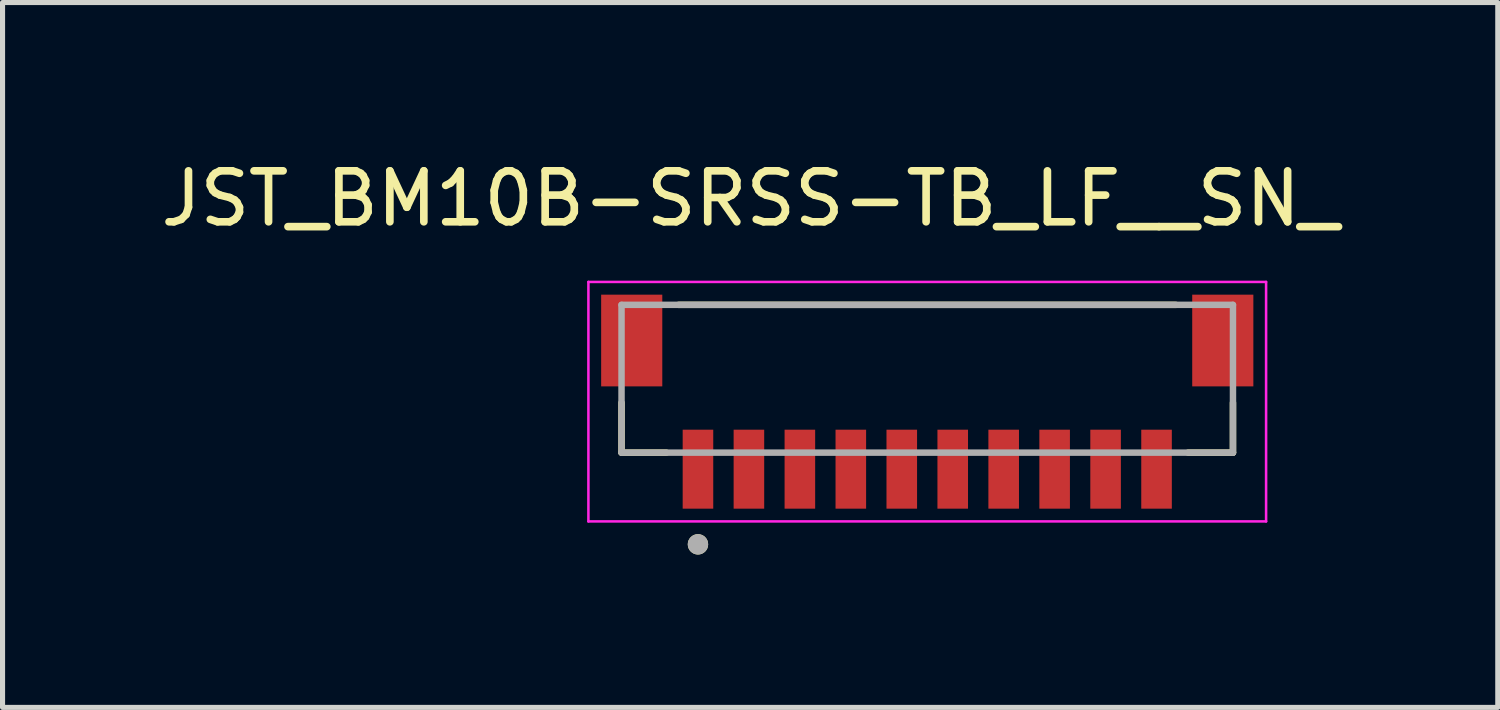
<source format=kicad_pcb>
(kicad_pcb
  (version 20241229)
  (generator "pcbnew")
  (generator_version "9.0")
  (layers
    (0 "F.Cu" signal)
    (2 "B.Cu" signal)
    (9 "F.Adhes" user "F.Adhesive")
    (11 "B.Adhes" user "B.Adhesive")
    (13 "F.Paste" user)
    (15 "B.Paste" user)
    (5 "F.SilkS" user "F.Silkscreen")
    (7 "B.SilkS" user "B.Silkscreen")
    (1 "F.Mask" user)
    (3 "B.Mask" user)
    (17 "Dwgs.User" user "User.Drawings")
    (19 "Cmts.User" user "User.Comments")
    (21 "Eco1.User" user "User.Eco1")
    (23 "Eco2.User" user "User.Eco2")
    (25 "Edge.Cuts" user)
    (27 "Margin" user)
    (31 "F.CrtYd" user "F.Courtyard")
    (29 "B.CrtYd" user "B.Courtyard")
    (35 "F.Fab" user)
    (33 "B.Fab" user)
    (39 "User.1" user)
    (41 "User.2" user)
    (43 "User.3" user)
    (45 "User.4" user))
  (footprint "JST_BM10B-SRSS-TB_LF__SN_"
    (layer "F.Cu")
    (at 15.148 3.633)
    (property "Reference" "JST_BM10B-SRSS-TB_LF__SN_" (at -3.475 -2.785 0) (layer "F.SilkS") (effects (font (size 1 1) (thickness 0.15))))
    (attr smd)
    (fp_line (start -6 2.2) (end -6 1.22) (stroke (width 0.127) (type solid)) (layer "F.SilkS"))
    (fp_line (start -5.12 2.2) (end -6 2.2) (stroke (width 0.127) (type solid)) (layer "F.SilkS"))
    (fp_line (start -4.88 -0.7) (end 4.88 -0.7) (stroke (width 0.127) (type solid)) (layer "F.SilkS"))
    (fp_line (start 6 2.2) (end 5.12 2.2) (stroke (width 0.127) (type solid)) (layer "F.SilkS"))
    (fp_line (start 6 2.2) (end 6 1.22) (stroke (width 0.127) (type solid)) (layer "F.SilkS"))
    (fp_circle (center -4.5 4) (end -4.4 4) (stroke (width 0.2) (type solid)) (fill no) (layer "F.SilkS"))
    (fp_line (start -6.65 -1.15) (end -6.65 3.55) (stroke (width 0.05) (type solid)) (layer "F.CrtYd"))
    (fp_line (start -6.65 3.55) (end 6.65 3.55) (stroke (width 0.05) (type solid)) (layer "F.CrtYd"))
    (fp_line (start 6.65 -1.15) (end -6.65 -1.15) (stroke (width 0.05) (type solid)) (layer "F.CrtYd"))
    (fp_line (start 6.65 3.55) (end 6.65 -1.15) (stroke (width 0.05) (type solid)) (layer "F.CrtYd"))
    (fp_line (start -6 -0.7) (end 6 -0.7) (stroke (width 0.127) (type solid)) (layer "F.Fab"))
    (fp_line (start -6 2.2) (end -6 -0.7) (stroke (width 0.127) (type solid)) (layer "F.Fab"))
    (fp_line (start 6 -0.7) (end 6 2.2) (stroke (width 0.127) (type solid)) (layer "F.Fab"))
    (fp_line (start 6 2.2) (end -6 2.2) (stroke (width 0.127) (type solid)) (layer "F.Fab"))
    (fp_circle (center -4.5 4) (end -4.4 4) (stroke (width 0.2) (type solid)) (fill no) (layer "F.Fab"))
    (pad "1" smd rect (at -4.5 2.525) (size 0.6 1.55) (layers "F.Cu" "F.Mask" "F.Paste"))
    (pad "2" smd rect (at -3.5 2.525) (size 0.6 1.55) (layers "F.Cu" "F.Mask" "F.Paste"))
    (pad "3" smd rect (at -2.5 2.525) (size 0.6 1.55) (layers "F.Cu" "F.Mask" "F.Paste"))
    (pad "4" smd rect (at -1.5 2.525) (size 0.6 1.55) (layers "F.Cu" "F.Mask" "F.Paste"))
    (pad "5" smd rect (at -0.5 2.525) (size 0.6 1.55) (layers "F.Cu" "F.Mask" "F.Paste"))
    (pad "6" smd rect (at 0.5 2.525) (size 0.6 1.55) (layers "F.Cu" "F.Mask" "F.Paste"))
    (pad "7" smd rect (at 1.5 2.525) (size 0.6 1.55) (layers "F.Cu" "F.Mask" "F.Paste"))
    (pad "8" smd rect (at 2.5 2.525) (size 0.6 1.55) (layers "F.Cu" "F.Mask" "F.Paste"))
    (pad "9" smd rect (at 3.5 2.525) (size 0.6 1.55) (layers "F.Cu" "F.Mask" "F.Paste"))
    (pad "10" smd rect (at 4.5 2.525) (size 0.6 1.55) (layers "F.Cu" "F.Mask" "F.Paste"))
    (pad "S1" smd rect (at -5.8 0) (size 1.2 1.8) (layers "F.Cu" "F.Mask" "F.Paste"))
    (pad "S2" smd rect (at 5.8 0) (size 1.2 1.8) (layers "F.Cu" "F.Mask" "F.Paste")))
  (gr_rect
    (start -3 -3)
    (end 26.345 10.833)
    (stroke (width 0.1) (type default))
    (fill no)
    (layer "Edge.Cuts")))
</source>
